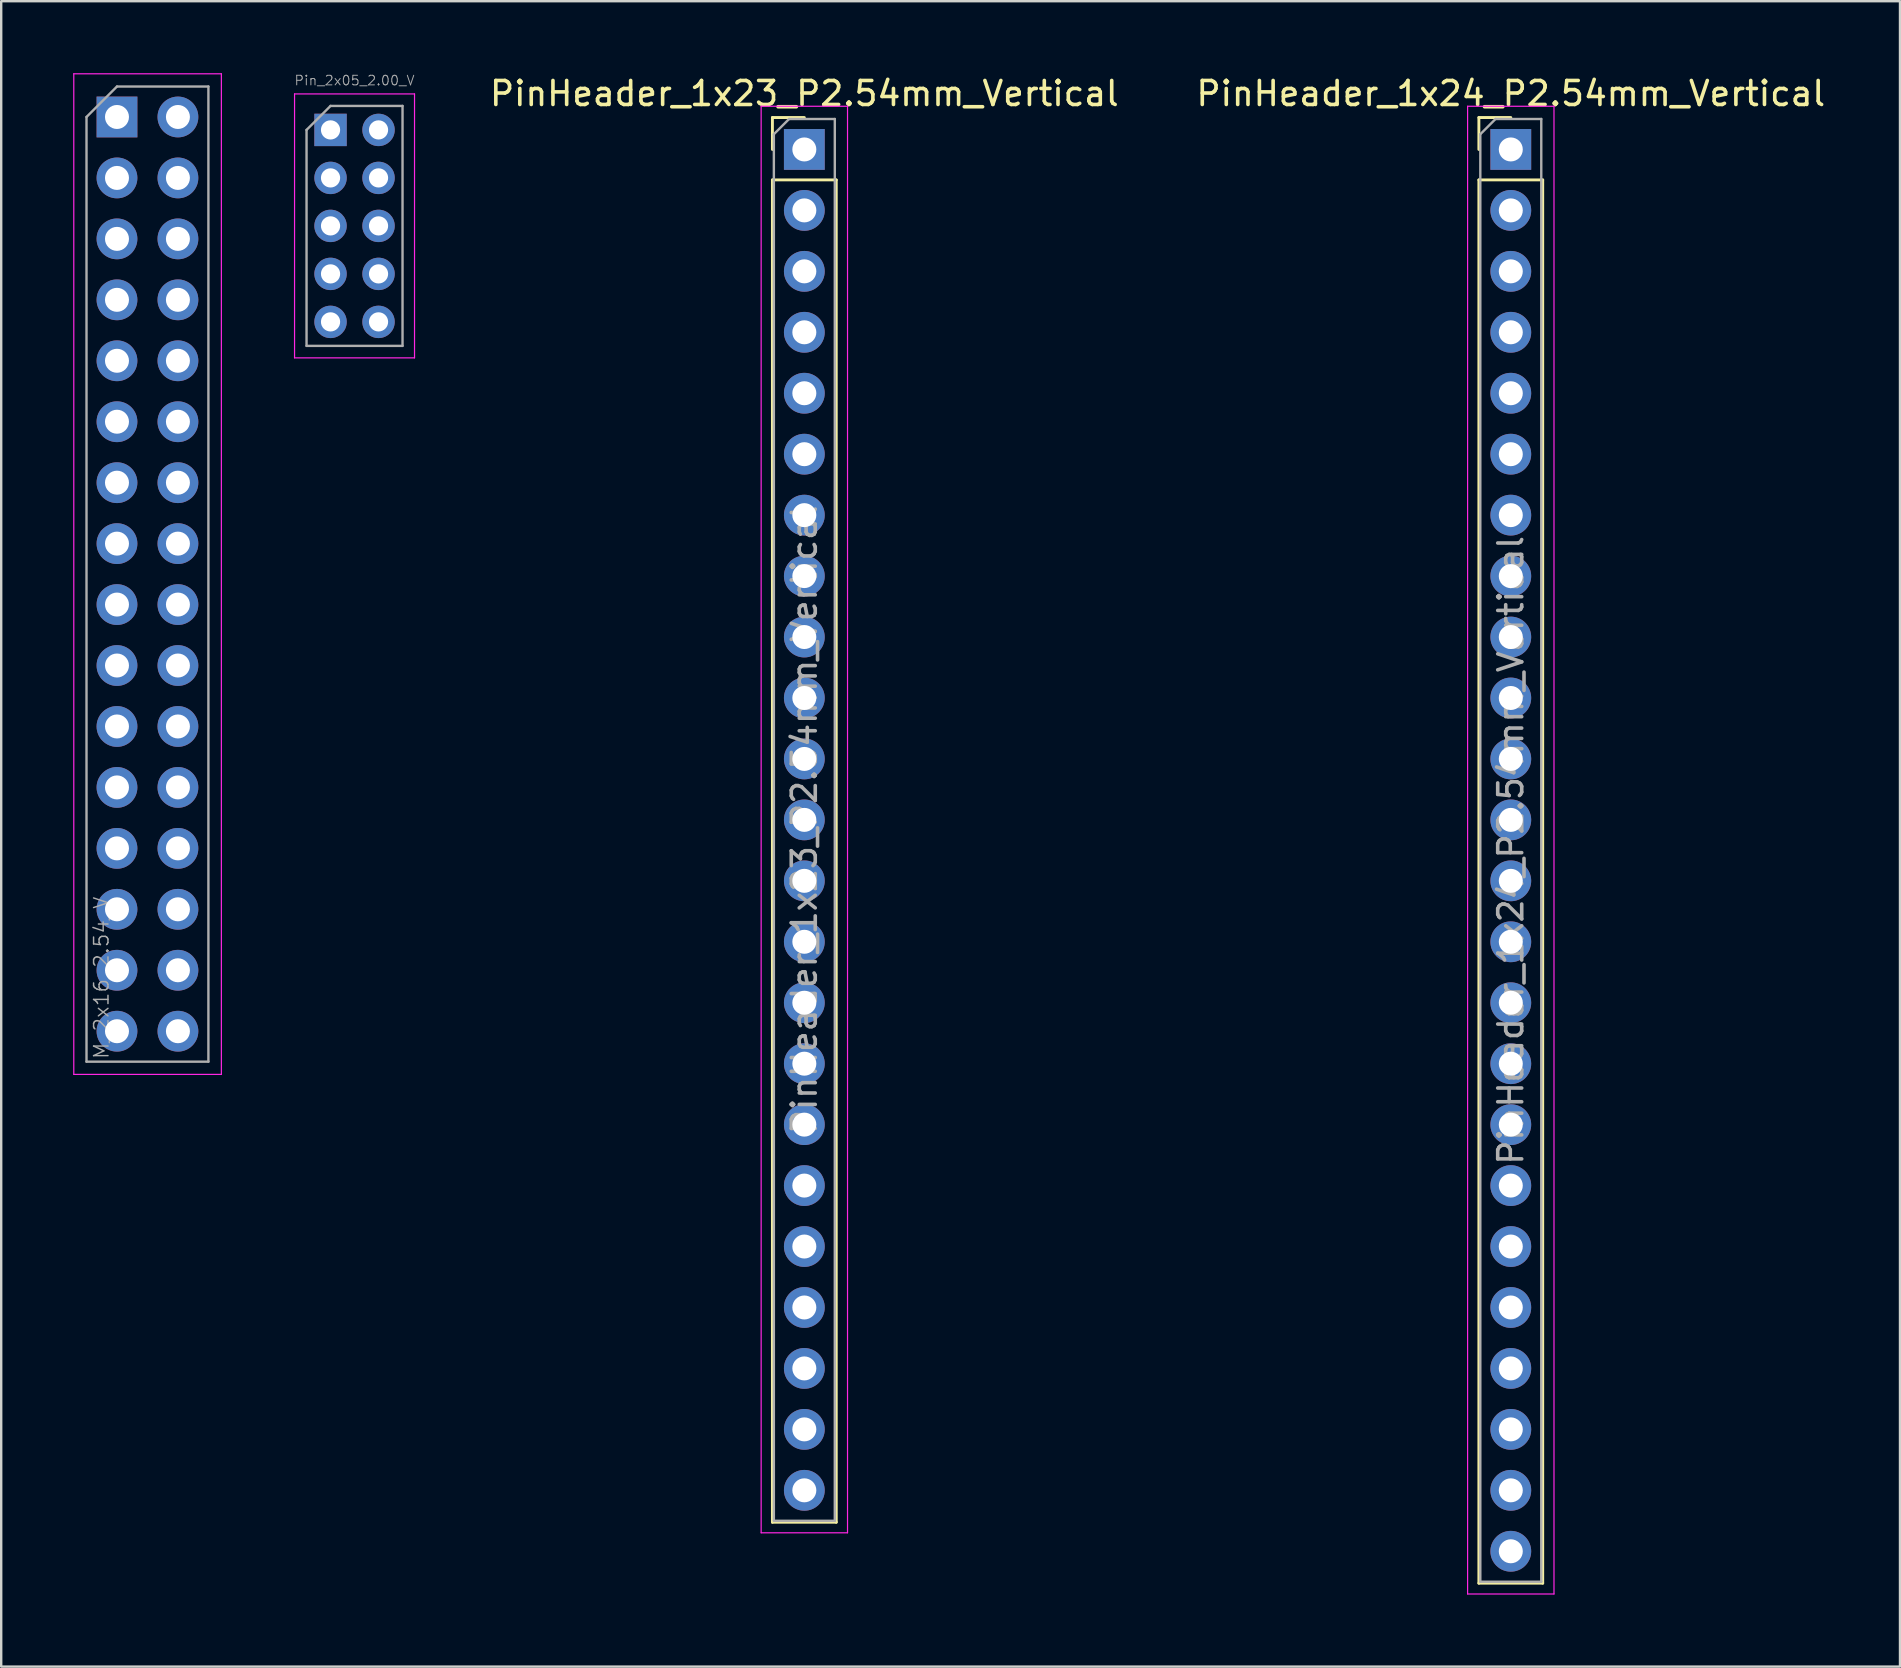
<source format=kicad_pcb>
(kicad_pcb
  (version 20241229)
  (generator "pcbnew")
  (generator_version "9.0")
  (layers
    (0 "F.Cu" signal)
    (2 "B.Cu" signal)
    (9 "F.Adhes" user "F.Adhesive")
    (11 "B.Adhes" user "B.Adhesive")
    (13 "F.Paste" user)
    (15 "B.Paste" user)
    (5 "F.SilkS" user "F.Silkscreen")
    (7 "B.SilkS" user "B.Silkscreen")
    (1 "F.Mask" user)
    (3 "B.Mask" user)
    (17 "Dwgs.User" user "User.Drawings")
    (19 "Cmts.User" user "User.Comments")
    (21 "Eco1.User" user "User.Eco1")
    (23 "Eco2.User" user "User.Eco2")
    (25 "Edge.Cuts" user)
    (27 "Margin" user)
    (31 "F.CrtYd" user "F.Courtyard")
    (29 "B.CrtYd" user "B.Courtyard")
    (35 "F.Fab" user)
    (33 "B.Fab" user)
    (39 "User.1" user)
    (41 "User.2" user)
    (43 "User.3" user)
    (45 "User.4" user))
  (footprint "PinHeader_1x24_P2.54mm_Vertical"
    (layer "F.Cu")
    (at 59.911 3.178)
    (property "Reference" "PinHeader_1x24_P2.54mm_Vertical" (at 0 -2.33 0) (layer "F.SilkS") (effects (font (size 1 1) (thickness 0.15))))
    (attr through_hole)
    (fp_line (start -1.33 -1.33) (end 0 -1.33) (stroke (width 0.12) (type solid)) (layer "F.SilkS"))
    (fp_line (start -1.33 0) (end -1.33 -1.33) (stroke (width 0.12) (type solid)) (layer "F.SilkS"))
    (fp_line (start -1.33 1.27) (end -1.33 59.75) (stroke (width 0.12) (type solid)) (layer "F.SilkS"))
    (fp_line (start -1.33 1.27) (end 1.33 1.27) (stroke (width 0.12) (type solid)) (layer "F.SilkS"))
    (fp_line (start -1.33 59.75) (end 1.33 59.75) (stroke (width 0.12) (type solid)) (layer "F.SilkS"))
    (fp_line (start 1.33 1.27) (end 1.33 59.75) (stroke (width 0.12) (type solid)) (layer "F.SilkS"))
    (fp_line (start -1.8 -1.8) (end -1.8 60.2) (stroke (width 0.05) (type solid)) (layer "F.CrtYd"))
    (fp_line (start -1.8 60.2) (end 1.8 60.2) (stroke (width 0.05) (type solid)) (layer "F.CrtYd"))
    (fp_line (start 1.8 -1.8) (end -1.8 -1.8) (stroke (width 0.05) (type solid)) (layer "F.CrtYd"))
    (fp_line (start 1.8 60.2) (end 1.8 -1.8) (stroke (width 0.05) (type solid)) (layer "F.CrtYd"))
    (fp_line (start -1.27 -0.635) (end -0.635 -1.27) (stroke (width 0.1) (type solid)) (layer "F.Fab"))
    (fp_line (start -1.27 59.69) (end -1.27 -0.635) (stroke (width 0.1) (type solid)) (layer "F.Fab"))
    (fp_line (start -0.635 -1.27) (end 1.27 -1.27) (stroke (width 0.1) (type solid)) (layer "F.Fab"))
    (fp_line (start 1.27 -1.27) (end 1.27 59.69) (stroke (width 0.1) (type solid)) (layer "F.Fab"))
    (fp_line (start 1.27 59.69) (end -1.27 59.69) (stroke (width 0.1) (type solid)) (layer "F.Fab"))
    (fp_text user "${REFERENCE}" (at 0 29.21 90) (layer "F.Fab") (effects (font (size 1 1) (thickness 0.15))))
    (pad "1" thru_hole rect (at 0 0) (size 1.7 1.7) (drill 1) (layers "*.Cu" "*.Mask"))
    (pad "2" thru_hole oval (at 0 2.54) (size 1.7 1.7) (drill 1) (layers "*.Cu" "*.Mask"))
    (pad "3" thru_hole oval (at 0 5.08) (size 1.7 1.7) (drill 1) (layers "*.Cu" "*.Mask"))
    (pad "4" thru_hole oval (at 0 7.62) (size 1.7 1.7) (drill 1) (layers "*.Cu" "*.Mask"))
    (pad "5" thru_hole oval (at 0 10.16) (size 1.7 1.7) (drill 1) (layers "*.Cu" "*.Mask"))
    (pad "6" thru_hole oval (at 0 12.7) (size 1.7 1.7) (drill 1) (layers "*.Cu" "*.Mask"))
    (pad "7" thru_hole oval (at 0 15.24) (size 1.7 1.7) (drill 1) (layers "*.Cu" "*.Mask"))
    (pad "8" thru_hole oval (at 0 17.78) (size 1.7 1.7) (drill 1) (layers "*.Cu" "*.Mask"))
    (pad "9" thru_hole oval (at 0 20.32) (size 1.7 1.7) (drill 1) (layers "*.Cu" "*.Mask"))
    (pad "10" thru_hole oval (at 0 22.86) (size 1.7 1.7) (drill 1) (layers "*.Cu" "*.Mask"))
    (pad "11" thru_hole oval (at 0 25.4) (size 1.7 1.7) (drill 1) (layers "*.Cu" "*.Mask"))
    (pad "12" thru_hole oval (at 0 27.94) (size 1.7 1.7) (drill 1) (layers "*.Cu" "*.Mask"))
    (pad "13" thru_hole oval (at 0 30.48) (size 1.7 1.7) (drill 1) (layers "*.Cu" "*.Mask"))
    (pad "14" thru_hole oval (at 0 33.02) (size 1.7 1.7) (drill 1) (layers "*.Cu" "*.Mask"))
    (pad "15" thru_hole oval (at 0 35.56) (size 1.7 1.7) (drill 1) (layers "*.Cu" "*.Mask"))
    (pad "16" thru_hole oval (at 0 38.1) (size 1.7 1.7) (drill 1) (layers "*.Cu" "*.Mask"))
    (pad "17" thru_hole oval (at 0 40.64) (size 1.7 1.7) (drill 1) (layers "*.Cu" "*.Mask"))
    (pad "18" thru_hole oval (at 0 43.18) (size 1.7 1.7) (drill 1) (layers "*.Cu" "*.Mask"))
    (pad "19" thru_hole oval (at 0 45.72) (size 1.7 1.7) (drill 1) (layers "*.Cu" "*.Mask"))
    (pad "20" thru_hole oval (at 0 48.26) (size 1.7 1.7) (drill 1) (layers "*.Cu" "*.Mask"))
    (pad "21" thru_hole oval (at 0 50.8) (size 1.7 1.7) (drill 1) (layers "*.Cu" "*.Mask"))
    (pad "22" thru_hole oval (at 0 53.34) (size 1.7 1.7) (drill 1) (layers "*.Cu" "*.Mask"))
    (pad "23" thru_hole oval (at 0 55.88) (size 1.7 1.7) (drill 1) (layers "*.Cu" "*.Mask"))
    (pad "24" thru_hole oval (at 0 58.42) (size 1.7 1.7) (drill 1) (layers "*.Cu" "*.Mask")))
  (footprint "PinHeader_1x23_P2.54mm_Vertical"
    (layer "F.Cu")
    (at 30.47 3.178)
    (property "Reference" "PinHeader_1x23_P2.54mm_Vertical" (at 0 -2.33 0) (layer "F.SilkS") (effects (font (size 1 1) (thickness 0.15))))
    (attr through_hole)
    (fp_line (start -1.33 -1.33) (end 0 -1.33) (stroke (width 0.12) (type solid)) (layer "F.SilkS"))
    (fp_line (start -1.33 0) (end -1.33 -1.33) (stroke (width 0.12) (type solid)) (layer "F.SilkS"))
    (fp_line (start -1.33 1.27) (end -1.33 57.21) (stroke (width 0.12) (type solid)) (layer "F.SilkS"))
    (fp_line (start -1.33 1.27) (end 1.33 1.27) (stroke (width 0.12) (type solid)) (layer "F.SilkS"))
    (fp_line (start -1.33 57.21) (end 1.33 57.21) (stroke (width 0.12) (type solid)) (layer "F.SilkS"))
    (fp_line (start 1.33 1.27) (end 1.33 57.21) (stroke (width 0.12) (type solid)) (layer "F.SilkS"))
    (fp_line (start -1.8 -1.8) (end -1.8 57.65) (stroke (width 0.05) (type solid)) (layer "F.CrtYd"))
    (fp_line (start -1.8 57.65) (end 1.8 57.65) (stroke (width 0.05) (type solid)) (layer "F.CrtYd"))
    (fp_line (start 1.8 -1.8) (end -1.8 -1.8) (stroke (width 0.05) (type solid)) (layer "F.CrtYd"))
    (fp_line (start 1.8 57.65) (end 1.8 -1.8) (stroke (width 0.05) (type solid)) (layer "F.CrtYd"))
    (fp_line (start -1.27 -0.635) (end -0.635 -1.27) (stroke (width 0.1) (type solid)) (layer "F.Fab"))
    (fp_line (start -1.27 57.15) (end -1.27 -0.635) (stroke (width 0.1) (type solid)) (layer "F.Fab"))
    (fp_line (start -0.635 -1.27) (end 1.27 -1.27) (stroke (width 0.1) (type solid)) (layer "F.Fab"))
    (fp_line (start 1.27 -1.27) (end 1.27 57.15) (stroke (width 0.1) (type solid)) (layer "F.Fab"))
    (fp_line (start 1.27 57.15) (end -1.27 57.15) (stroke (width 0.1) (type solid)) (layer "F.Fab"))
    (fp_text user "${REFERENCE}" (at 0 27.94 90) (layer "F.Fab") (effects (font (size 1 1) (thickness 0.15))))
    (pad "1" thru_hole rect (at 0 0) (size 1.7 1.7) (drill 1) (layers "*.Cu" "*.Mask"))
    (pad "2" thru_hole oval (at 0 2.54) (size 1.7 1.7) (drill 1) (layers "*.Cu" "*.Mask"))
    (pad "3" thru_hole oval (at 0 5.08) (size 1.7 1.7) (drill 1) (layers "*.Cu" "*.Mask"))
    (pad "4" thru_hole oval (at 0 7.62) (size 1.7 1.7) (drill 1) (layers "*.Cu" "*.Mask"))
    (pad "5" thru_hole oval (at 0 10.16) (size 1.7 1.7) (drill 1) (layers "*.Cu" "*.Mask"))
    (pad "6" thru_hole oval (at 0 12.7) (size 1.7 1.7) (drill 1) (layers "*.Cu" "*.Mask"))
    (pad "7" thru_hole oval (at 0 15.24) (size 1.7 1.7) (drill 1) (layers "*.Cu" "*.Mask"))
    (pad "8" thru_hole oval (at 0 17.78) (size 1.7 1.7) (drill 1) (layers "*.Cu" "*.Mask"))
    (pad "9" thru_hole oval (at 0 20.32) (size 1.7 1.7) (drill 1) (layers "*.Cu" "*.Mask"))
    (pad "10" thru_hole oval (at 0 22.86) (size 1.7 1.7) (drill 1) (layers "*.Cu" "*.Mask"))
    (pad "11" thru_hole oval (at 0 25.4) (size 1.7 1.7) (drill 1) (layers "*.Cu" "*.Mask"))
    (pad "12" thru_hole oval (at 0 27.94) (size 1.7 1.7) (drill 1) (layers "*.Cu" "*.Mask"))
    (pad "13" thru_hole oval (at 0 30.48) (size 1.7 1.7) (drill 1) (layers "*.Cu" "*.Mask"))
    (pad "14" thru_hole oval (at 0 33.02) (size 1.7 1.7) (drill 1) (layers "*.Cu" "*.Mask"))
    (pad "15" thru_hole oval (at 0 35.56) (size 1.7 1.7) (drill 1) (layers "*.Cu" "*.Mask"))
    (pad "16" thru_hole oval (at 0 38.1) (size 1.7 1.7) (drill 1) (layers "*.Cu" "*.Mask"))
    (pad "17" thru_hole oval (at 0 40.64) (size 1.7 1.7) (drill 1) (layers "*.Cu" "*.Mask"))
    (pad "18" thru_hole oval (at 0 43.18) (size 1.7 1.7) (drill 1) (layers "*.Cu" "*.Mask"))
    (pad "19" thru_hole oval (at 0 45.72) (size 1.7 1.7) (drill 1) (layers "*.Cu" "*.Mask"))
    (pad "20" thru_hole oval (at 0 48.26) (size 1.7 1.7) (drill 1) (layers "*.Cu" "*.Mask"))
    (pad "21" thru_hole oval (at 0 50.8) (size 1.7 1.7) (drill 1) (layers "*.Cu" "*.Mask"))
    (pad "22" thru_hole oval (at 0 53.34) (size 1.7 1.7) (drill 1) (layers "*.Cu" "*.Mask"))
    (pad "23" thru_hole oval (at 0 55.88) (size 1.7 1.7) (drill 1) (layers "*.Cu" "*.Mask")))
  (footprint "M_2x16_2.54_V"
    (layer "F.Cu")
    (at 1.825 1.825)
    (property "Reference" "M_2x16_2.54_V" (at -0.65 39.3 90) (unlocked yes) (layer "F.Fab") (effects (font (size 0.6 0.6) (thickness 0.06)) (justify left)))
    (attr through_hole)
    (fp_line (start -1.8 -1.8) (end -1.8 39.9) (stroke (width 0.05) (type solid)) (layer "F.CrtYd"))
    (fp_line (start -1.8 39.9) (end 4.35 39.9) (stroke (width 0.05) (type solid)) (layer "F.CrtYd"))
    (fp_line (start 4.35 -1.8) (end -1.8 -1.8) (stroke (width 0.05) (type solid)) (layer "F.CrtYd"))
    (fp_line (start 4.35 39.9) (end 4.35 -1.8) (stroke (width 0.05) (type solid)) (layer "F.CrtYd"))
    (fp_line (start -1.27 0) (end 0 -1.27) (stroke (width 0.1) (type solid)) (layer "F.Fab"))
    (fp_line (start -1.27 39.37) (end -1.27 0) (stroke (width 0.1) (type solid)) (layer "F.Fab"))
    (fp_line (start 0 -1.27) (end 3.81 -1.27) (stroke (width 0.1) (type solid)) (layer "F.Fab"))
    (fp_line (start 3.81 -1.27) (end 3.81 39.37) (stroke (width 0.1) (type solid)) (layer "F.Fab"))
    (fp_line (start 3.81 39.37) (end -1.27 39.37) (stroke (width 0.1) (type solid)) (layer "F.Fab"))
    (pad "1" thru_hole rect (at 0 0) (size 1.7 1.7) (drill 1) (layers "*.Cu" "*.Mask"))
    (pad "2" thru_hole oval (at 2.54 0) (size 1.7 1.7) (drill 1) (layers "*.Cu" "*.Mask"))
    (pad "3" thru_hole oval (at 0 2.54) (size 1.7 1.7) (drill 1) (layers "*.Cu" "*.Mask"))
    (pad "4" thru_hole oval (at 2.54 2.54) (size 1.7 1.7) (drill 1) (layers "*.Cu" "*.Mask"))
    (pad "5" thru_hole oval (at 0 5.08) (size 1.7 1.7) (drill 1) (layers "*.Cu" "*.Mask"))
    (pad "6" thru_hole oval (at 2.54 5.08) (size 1.7 1.7) (drill 1) (layers "*.Cu" "*.Mask"))
    (pad "7" thru_hole oval (at 0 7.62) (size 1.7 1.7) (drill 1) (layers "*.Cu" "*.Mask"))
    (pad "8" thru_hole oval (at 2.54 7.62) (size 1.7 1.7) (drill 1) (layers "*.Cu" "*.Mask"))
    (pad "9" thru_hole oval (at 0 10.16) (size 1.7 1.7) (drill 1) (layers "*.Cu" "*.Mask"))
    (pad "10" thru_hole oval (at 2.54 10.16) (size 1.7 1.7) (drill 1) (layers "*.Cu" "*.Mask"))
    (pad "11" thru_hole oval (at 0 12.7) (size 1.7 1.7) (drill 1) (layers "*.Cu" "*.Mask"))
    (pad "12" thru_hole oval (at 2.54 12.7) (size 1.7 1.7) (drill 1) (layers "*.Cu" "*.Mask"))
    (pad "13" thru_hole oval (at 0 15.24) (size 1.7 1.7) (drill 1) (layers "*.Cu" "*.Mask"))
    (pad "14" thru_hole oval (at 2.54 15.24) (size 1.7 1.7) (drill 1) (layers "*.Cu" "*.Mask"))
    (pad "15" thru_hole oval (at 0 17.78) (size 1.7 1.7) (drill 1) (layers "*.Cu" "*.Mask"))
    (pad "16" thru_hole oval (at 2.54 17.78) (size 1.7 1.7) (drill 1) (layers "*.Cu" "*.Mask"))
    (pad "17" thru_hole oval (at 0 20.32) (size 1.7 1.7) (drill 1) (layers "*.Cu" "*.Mask"))
    (pad "18" thru_hole oval (at 2.54 20.32) (size 1.7 1.7) (drill 1) (layers "*.Cu" "*.Mask"))
    (pad "19" thru_hole oval (at 0 22.86) (size 1.7 1.7) (drill 1) (layers "*.Cu" "*.Mask"))
    (pad "20" thru_hole oval (at 2.54 22.86) (size 1.7 1.7) (drill 1) (layers "*.Cu" "*.Mask"))
    (pad "21" thru_hole oval (at 0 25.4) (size 1.7 1.7) (drill 1) (layers "*.Cu" "*.Mask"))
    (pad "22" thru_hole oval (at 2.54 25.4) (size 1.7 1.7) (drill 1) (layers "*.Cu" "*.Mask"))
    (pad "23" thru_hole oval (at 0 27.94) (size 1.7 1.7) (drill 1) (layers "*.Cu" "*.Mask"))
    (pad "24" thru_hole oval (at 2.54 27.94) (size 1.7 1.7) (drill 1) (layers "*.Cu" "*.Mask"))
    (pad "25" thru_hole oval (at 0 30.48) (size 1.7 1.7) (drill 1) (layers "*.Cu" "*.Mask"))
    (pad "26" thru_hole oval (at 2.54 30.48) (size 1.7 1.7) (drill 1) (layers "*.Cu" "*.Mask"))
    (pad "27" thru_hole oval (at 0 33.02) (size 1.7 1.7) (drill 1) (layers "*.Cu" "*.Mask"))
    (pad "28" thru_hole oval (at 2.54 33.02) (size 1.7 1.7) (drill 1) (layers "*.Cu" "*.Mask"))
    (pad "29" thru_hole oval (at 0 35.56) (size 1.7 1.7) (drill 1) (layers "*.Cu" "*.Mask"))
    (pad "30" thru_hole oval (at 2.54 35.56) (size 1.7 1.7) (drill 1) (layers "*.Cu" "*.Mask"))
    (pad "31" thru_hole oval (at 0 38.1) (size 1.7 1.7) (drill 1) (layers "*.Cu" "*.Mask"))
    (pad "32" thru_hole oval (at 2.54 38.1) (size 1.7 1.7) (drill 1) (layers "*.Cu" "*.Mask")))
  (footprint "Pin_2x05_2.00_V"
    (layer "F.Cu")
    (at 10.725 2.364)
    (property "Reference" "Pin_2x05_2.00_V" (at 1 -2.06 0) (layer "F.Fab") (effects (font (size 0.4 0.4) (thickness 0.04))))
    (attr through_hole)
    (fp_line (start -1.5 -1.5) (end -1.5 9.5) (stroke (width 0.05) (type solid)) (layer "F.CrtYd"))
    (fp_line (start -1.5 9.5) (end 3.5 9.5) (stroke (width 0.05) (type solid)) (layer "F.CrtYd"))
    (fp_line (start 3.5 -1.5) (end -1.5 -1.5) (stroke (width 0.05) (type solid)) (layer "F.CrtYd"))
    (fp_line (start 3.5 9.5) (end 3.5 -1.5) (stroke (width 0.05) (type solid)) (layer "F.CrtYd"))
    (fp_line (start -1 0) (end 0 -1) (stroke (width 0.1) (type solid)) (layer "F.Fab"))
    (fp_line (start -1 9) (end -1 0) (stroke (width 0.1) (type solid)) (layer "F.Fab"))
    (fp_line (start 0 -1) (end 3 -1) (stroke (width 0.1) (type solid)) (layer "F.Fab"))
    (fp_line (start 3 -1) (end 3 9) (stroke (width 0.1) (type solid)) (layer "F.Fab"))
    (fp_line (start 3 9) (end -1 9) (stroke (width 0.1) (type solid)) (layer "F.Fab"))
    (pad "1" thru_hole rect (at 0 0) (size 1.35 1.35) (drill 0.8) (layers "*.Cu" "*.Mask"))
    (pad "2" thru_hole oval (at 2 0) (size 1.35 1.35) (drill 0.8) (layers "*.Cu" "*.Mask"))
    (pad "3" thru_hole oval (at 0 2) (size 1.35 1.35) (drill 0.8) (layers "*.Cu" "*.Mask"))
    (pad "4" thru_hole oval (at 2 2) (size 1.35 1.35) (drill 0.8) (layers "*.Cu" "*.Mask"))
    (pad "5" thru_hole oval (at 0 4) (size 1.35 1.35) (drill 0.8) (layers "*.Cu" "*.Mask"))
    (pad "6" thru_hole oval (at 2 4) (size 1.35 1.35) (drill 0.8) (layers "*.Cu" "*.Mask"))
    (pad "7" thru_hole oval (at 0 6) (size 1.35 1.35) (drill 0.8) (layers "*.Cu" "*.Mask"))
    (pad "8" thru_hole oval (at 2 6) (size 1.35 1.35) (drill 0.8) (layers "*.Cu" "*.Mask"))
    (pad "9" thru_hole oval (at 0 8) (size 1.35 1.35) (drill 0.8) (layers "*.Cu" "*.Mask"))
    (pad "10" thru_hole oval (at 2 8) (size 1.35 1.35) (drill 0.8) (layers "*.Cu" "*.Mask")))
  (gr_rect
    (start -3 -3)
    (end 76.131 66.403)
    (stroke (width 0.1) (type default))
    (fill no)
    (layer "Edge.Cuts")))
</source>
